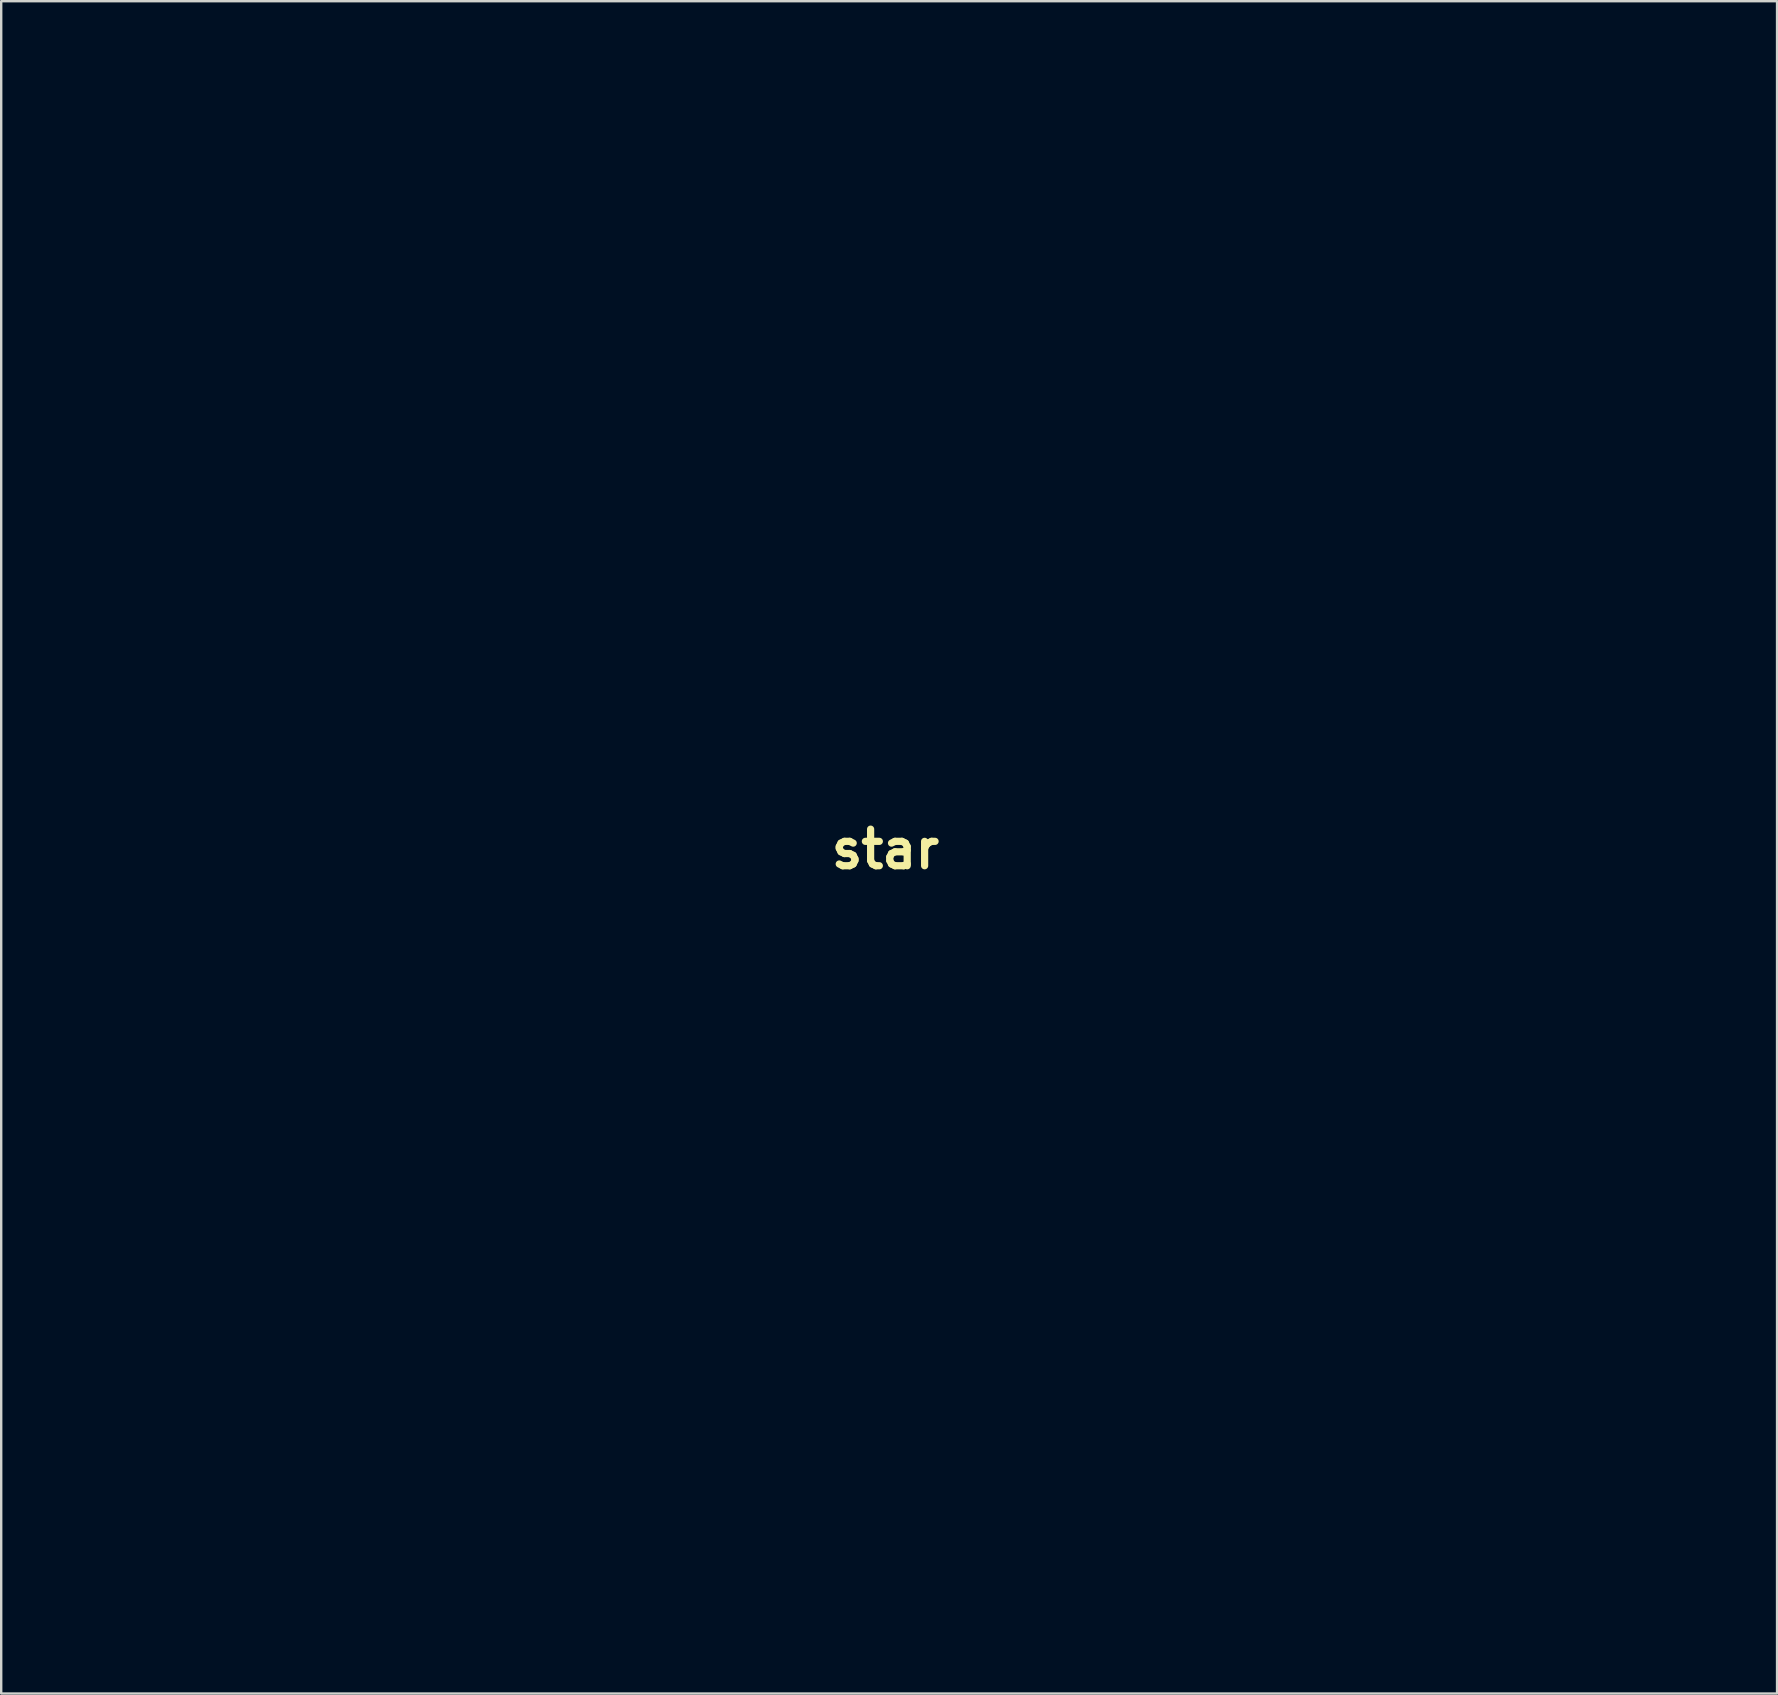
<source format=kicad_pcb>
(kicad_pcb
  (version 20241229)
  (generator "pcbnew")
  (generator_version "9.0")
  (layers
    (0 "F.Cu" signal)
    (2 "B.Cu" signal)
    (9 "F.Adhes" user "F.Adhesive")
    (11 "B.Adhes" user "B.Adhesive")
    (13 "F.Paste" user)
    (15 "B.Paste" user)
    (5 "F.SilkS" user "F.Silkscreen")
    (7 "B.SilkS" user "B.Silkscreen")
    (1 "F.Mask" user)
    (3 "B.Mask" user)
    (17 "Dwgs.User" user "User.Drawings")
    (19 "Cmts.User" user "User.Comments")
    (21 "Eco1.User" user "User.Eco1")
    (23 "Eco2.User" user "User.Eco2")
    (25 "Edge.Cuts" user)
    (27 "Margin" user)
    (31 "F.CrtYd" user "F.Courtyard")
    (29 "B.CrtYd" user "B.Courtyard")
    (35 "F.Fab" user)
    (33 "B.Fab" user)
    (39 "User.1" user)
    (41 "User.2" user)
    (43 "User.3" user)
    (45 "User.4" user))
  (footprint "star"
    (layer "F.Cu")
    (at 33.834 32.325)
    (property "Reference" "star" (at 0 0 0) (layer "F.SilkS") (effects (font (size 1.524 1.524) (thickness 0.3))))
    (attr through_hole)
    (fp_poly (pts (xy 20.881 -32.318) (xy 20.859 -32.235) (xy 20.789 -32) (xy 20.673 -31.624) (xy 20.515 -31.115) (xy 20.317 -30.484) (xy 20.082 -29.739) (xy 19.814 -28.891) (xy 19.515 -27.949) (xy 19.189 -26.924) (xy 18.839 -25.823) (xy 18.467 -24.658) (xy 18.077 -23.438) (xy 17.672 -22.172) (xy 17.646 -22.091) (xy 17.233 -20.801) (xy 16.829 -19.542) (xy 16.44 -18.325) (xy 16.067 -17.161) (xy 15.714 -16.061) (xy 15.386 -15.036) (xy 15.085 -14.096) (xy 14.815 -13.253) (xy 14.579 -12.518) (xy 14.382 -11.901) (xy 14.226 -11.413) (xy 14.115 -11.066) (xy 14.055 -10.88) (xy 13.888 -10.358) (xy 13.7 -9.769) (xy 13.517 -9.199) (xy 13.414 -8.878) (xy 13.296 -8.488) (xy 13.205 -8.151) (xy 13.151 -7.903) (xy 13.143 -7.779) (xy 13.144 -7.778) (xy 13.217 -7.716) (xy 13.42 -7.562) (xy 13.747 -7.321) (xy 14.189 -6.998) (xy 14.739 -6.599) (xy 15.389 -6.129) (xy 16.132 -5.594) (xy 16.96 -4.999) (xy 17.867 -4.349) (xy 18.843 -3.65) (xy 19.882 -2.907) (xy 20.975 -2.126) (xy 22.117 -1.313) (xy 23.298 -0.471) (xy 23.663 -0.212) (xy 34.138 7.239) (xy 28.52 7.337) (xy 27.35 7.357) (xy 26.066 7.38) (xy 24.706 7.404) (xy 23.309 7.429) (xy 21.912 7.453) (xy 20.553 7.477) (xy 19.272 7.5) (xy 18.105 7.521) (xy 17.653 7.529) (xy 16.647 7.546) (xy 15.631 7.562) (xy 14.627 7.577) (xy 13.66 7.59) (xy 12.751 7.602) (xy 11.924 7.611) (xy 11.204 7.617) (xy 10.612 7.621) (xy 10.276 7.621) (xy 8.149 7.62) (xy 8.058 7.853) (xy 8.008 7.998) (xy 7.914 8.279) (xy 7.787 8.669) (xy 7.634 9.143) (xy 7.464 9.674) (xy 7.363 9.991) (xy 7.168 10.605) (xy 6.967 11.236) (xy 6.773 11.841) (xy 6.601 12.379) (xy 6.462 12.81) (xy 6.43 12.912) (xy 6.188 13.659) (xy 5.92 14.495) (xy 5.626 15.408) (xy 5.313 16.387) (xy 4.982 17.42) (xy 4.638 18.495) (xy 4.285 19.601) (xy 3.925 20.727) (xy 3.564 21.861) (xy 3.204 22.99) (xy 2.85 24.104) (xy 2.504 25.191) (xy 2.171 26.24) (xy 1.854 27.238) (xy 1.557 28.175) (xy 1.284 29.038) (xy 1.038 29.817) (xy 0.823 30.499) (xy 0.643 31.073) (xy 0.501 31.527) (xy 0.402 31.85) (xy 0.348 32.03) (xy 0.339 32.064) (xy 0.303 32.168) (xy 0.227 32.146) (xy 0.157 32.018) (xy 0.149 31.983) (xy 0.117 31.878) (xy 0.035 31.617) (xy -0.097 31.208) (xy -0.276 30.655) (xy -0.5 29.964) (xy -0.767 29.142) (xy -1.076 28.194) (xy -1.425 27.126) (xy -1.811 25.944) (xy -2.233 24.653) (xy -2.688 23.26) (xy -3.176 21.77) (xy -3.693 20.189) (xy -4.239 18.524) (xy -4.811 16.779) (xy -5.407 14.96) (xy -6.026 13.074) (xy -6.665 11.127) (xy -6.704 11.007) (xy -6.898 10.416) (xy -7.081 9.853) (xy -7.246 9.346) (xy -7.383 8.922) (xy -7.483 8.611) (xy -7.528 8.467) (xy -7.671 8.001) (xy -10.037 8.019) (xy -10.463 8.022) (xy -10.938 8.027) (xy -11.471 8.033) (xy -12.069 8.04) (xy -12.739 8.049) (xy -13.489 8.059) (xy -14.327 8.072) (xy -15.261 8.086) (xy -16.298 8.101) (xy -17.445 8.119) (xy -18.711 8.14) (xy -20.102 8.162) (xy -21.628 8.187) (xy -23.294 8.215) (xy -25.109 8.245) (xy -27.081 8.278) (xy -28.521 8.302) (xy -29.451 8.317) (xy -30.329 8.331) (xy -31.141 8.342) (xy -31.873 8.352) (xy -32.51 8.359) (xy -33.039 8.364) (xy -33.444 8.367) (xy -33.711 8.367) (xy -33.826 8.364) (xy -33.829 8.363) (xy -33.766 8.31) (xy -33.574 8.162) (xy -33.263 7.925) (xy -33.244 7.911) (xy -3.96 7.911) (xy -3.938 7.993) (xy -3.866 8.22) (xy -3.75 8.579) (xy -3.595 9.056) (xy -3.405 9.635) (xy -3.186 10.302) (xy -2.941 11.043) (xy -2.677 11.843) (xy -2.397 12.689) (xy -2.106 13.564) (xy -1.81 14.456) (xy -1.512 15.349) (xy -1.219 16.229) (xy -0.934 17.081) (xy -0.663 17.892) (xy -0.41 18.646) (xy -0.18 19.33) (xy 0.021 19.928) (xy 0.19 20.427) (xy 0.322 20.811) (xy 0.411 21.066) (xy 0.448 21.167) (xy 0.468 21.207) (xy 0.491 21.222) (xy 0.522 21.201) (xy 0.564 21.134) (xy 0.62 21.01) (xy 0.694 20.817) (xy 0.791 20.545) (xy 0.914 20.184) (xy 1.067 19.723) (xy 1.253 19.15) (xy 1.477 18.456) (xy 1.742 17.628) (xy 2.051 16.658) (xy 2.287 15.917) (xy 2.764 14.417) (xy 3.193 13.067) (xy 3.573 11.869) (xy 3.903 10.825) (xy 4.183 9.935) (xy 4.414 9.2) (xy 4.593 8.622) (xy 4.722 8.202) (xy 4.8 7.94) (xy 4.826 7.839) (xy 4.826 7.839) (xy 4.745 7.828) (xy 4.513 7.82) (xy 4.15 7.815) (xy 3.676 7.812) (xy 3.109 7.81) (xy 2.469 7.811) (xy 1.775 7.814) (xy 1.046 7.818) (xy 0.3 7.824) (xy -0.441 7.831) (xy -1.16 7.839) (xy -1.838 7.849) (xy -2.454 7.859) (xy -2.99 7.869) (xy -3.427 7.881) (xy -3.746 7.893) (xy -3.926 7.905) (xy -3.96 7.911) (xy -33.244 7.911) (xy -32.839 7.605) (xy -32.311 7.208) (xy -31.686 6.739) (xy -30.973 6.205) (xy -30.18 5.612) (xy -29.313 4.965) (xy -29.28 4.94) (xy -24.041 4.94) (xy -23.962 4.961) (xy -23.741 4.973) (xy -23.405 4.978) (xy -22.979 4.974) (xy -22.543 4.962) (xy -22.202 4.953) (xy -21.711 4.943) (xy -21.086 4.932) (xy -20.346 4.921) (xy -19.51 4.91) (xy -18.595 4.898) (xy -17.619 4.887) (xy -16.601 4.876) (xy -15.558 4.866) (xy -14.944 4.861) (xy -13.943 4.852) (xy -12.992 4.842) (xy -12.104 4.833) (xy -11.293 4.823) (xy -10.572 4.814) (xy -9.955 4.805) (xy -9.455 4.796) (xy -9.086 4.788) (xy -8.862 4.781) (xy -8.795 4.776) (xy -8.811 4.693) (xy -8.875 4.467) (xy -8.981 4.116) (xy -9.123 3.657) (xy -9.296 3.109) (xy -9.493 2.489) (xy -9.71 1.815) (xy -9.939 1.105) (xy -10.176 0.376) (xy -10.414 -0.354) (xy -10.648 -1.067) (xy -10.872 -1.745) (xy -11.081 -2.371) (xy -11.267 -2.927) (xy -11.427 -3.394) (xy -11.553 -3.756) (xy -11.64 -3.995) (xy -11.683 -4.092) (xy -11.683 -4.092) (xy -11.758 -4.053) (xy -11.957 -3.921) (xy -12.269 -3.705) (xy -12.681 -3.415) (xy -13.183 -3.058) (xy -13.762 -2.643) (xy -14.406 -2.179) (xy -15.104 -1.675) (xy -15.844 -1.138) (xy -16.615 -0.578) (xy -17.404 -0.003) (xy -18.2 0.579) (xy -18.99 1.158) (xy -19.764 1.726) (xy -20.51 2.275) (xy -21.215 2.796) (xy -21.869 3.28) (xy -22.458 3.719) (xy -22.972 4.104) (xy -23.399 4.427) (xy -23.727 4.679) (xy -23.944 4.851) (xy -24.038 4.935) (xy -24.041 4.94) (xy -29.28 4.94) (xy -28.382 4.27) (xy -27.394 3.534) (xy -26.356 2.761) (xy -25.278 1.959) (xy -24.918 1.691) (xy -23.793 0.855) (xy -22.684 0.03) (xy -21.6 -0.775) (xy -20.552 -1.554) (xy -19.55 -2.299) (xy -18.603 -3.003) (xy -17.722 -3.658) (xy -16.917 -4.256) (xy -16.197 -4.792) (xy -15.573 -5.256) (xy -15.054 -5.642) (xy -14.651 -5.942) (xy -14.372 -6.148) (xy -14.361 -6.157) (xy -13.999 -6.429) (xy -8.67 -6.429) (xy -8.658 -6.337) (xy -8.595 -6.095) (xy -8.484 -5.714) (xy -8.328 -5.204) (xy -8.132 -4.575) (xy -7.897 -3.839) (xy -7.628 -3.004) (xy -7.327 -2.083) (xy -6.998 -1.085) (xy -6.903 -0.798) (xy -5.059 4.762) (xy 0.37 4.701) (xy 1.314 4.69) (xy 2.207 4.677) (xy 3.035 4.664) (xy 3.785 4.651) (xy 4.44 4.637) (xy 4.989 4.624) (xy 5.415 4.611) (xy 5.704 4.599) (xy 5.843 4.588) (xy 5.853 4.585) (xy 5.878 4.524) (xy 9.144 4.524) (xy 9.226 4.533) (xy 9.462 4.541) (xy 9.837 4.546) (xy 10.334 4.549) (xy 10.939 4.55) (xy 11.637 4.549) (xy 12.411 4.546) (xy 13.246 4.542) (xy 14.128 4.536) (xy 15.04 4.529) (xy 15.967 4.521) (xy 16.894 4.512) (xy 17.806 4.502) (xy 18.686 4.491) (xy 19.519 4.479) (xy 20.291 4.466) (xy 20.985 4.454) (xy 21.587 4.44) (xy 22.08 4.427) (xy 22.45 4.414) (xy 22.462 4.413) (xy 23.633 4.36) (xy 17.983 0.254) (xy 17.11 -0.38) (xy 16.273 -0.988) (xy 15.483 -1.561) (xy 14.75 -2.093) (xy 14.084 -2.575) (xy 13.497 -3) (xy 12.999 -3.36) (xy 12.6 -3.648) (xy 12.312 -3.855) (xy 12.145 -3.974) (xy 12.11 -3.998) (xy 11.887 -4.144) (xy 10.516 0.155) (xy 10.255 0.974) (xy 10.01 1.744) (xy 9.787 2.45) (xy 9.589 3.078) (xy 9.422 3.612) (xy 9.289 4.037) (xy 9.197 4.338) (xy 9.15 4.5) (xy 9.144 4.524) (xy 5.878 4.524) (xy 5.889 4.495) (xy 5.97 4.26) (xy 6.091 3.896) (xy 6.247 3.418) (xy 6.433 2.844) (xy 6.643 2.189) (xy 6.872 1.469) (xy 7.095 0.762) (xy 7.358 -0.07) (xy 7.623 -0.909) (xy 7.881 -1.729) (xy 8.126 -2.504) (xy 8.349 -3.208) (xy 8.541 -3.817) (xy 8.696 -4.305) (xy 8.764 -4.52) (xy 8.931 -5.049) (xy 9.051 -5.442) (xy 9.128 -5.72) (xy 9.167 -5.908) (xy 9.173 -6.029) (xy 9.15 -6.107) (xy 9.103 -6.165) (xy 9.088 -6.179) (xy 9 -6.248) (xy 8.788 -6.406) (xy 8.468 -6.642) (xy 8.052 -6.948) (xy 7.556 -7.312) (xy 6.992 -7.725) (xy 6.375 -8.176) (xy 5.719 -8.655) (xy 5.038 -9.151) (xy 4.346 -9.656) (xy 3.656 -10.157) (xy 2.984 -10.646) (xy 2.342 -11.112) (xy 1.745 -11.544) (xy 1.207 -11.933) (xy 0.742 -12.269) (xy 0.443 -12.483) (xy 0.2 -12.653) (xy 0.046 -12.735) (xy -0.064 -12.742) (xy -0.179 -12.687) (xy -0.222 -12.659) (xy -0.328 -12.584) (xy -0.554 -12.42) (xy -0.885 -12.179) (xy -1.306 -11.87) (xy -1.804 -11.505) (xy -2.363 -11.094) (xy -2.969 -10.648) (xy -3.608 -10.177) (xy -4.266 -9.693) (xy -4.927 -9.205) (xy -5.578 -8.725) (xy -6.204 -8.263) (xy -6.79 -7.829) (xy -7.322 -7.435) (xy -7.786 -7.091) (xy -8.167 -6.808) (xy -8.451 -6.596) (xy -8.624 -6.466) (xy -8.67 -6.429) (xy -13.999 -6.429) (xy -13.807 -6.573) (xy -13.383 -6.903) (xy -13.078 -7.154) (xy -12.882 -7.336) (xy -12.784 -7.457) (xy -12.77 -7.512) (xy -12.807 -7.648) (xy -12.886 -7.907) (xy -12.995 -8.252) (xy -13.121 -8.636) (xy -13.225 -8.948) (xy -13.355 -9.342) (xy -13.513 -9.823) (xy -13.702 -10.395) (xy -13.921 -11.064) (xy -14.174 -11.834) (xy -14.462 -12.712) (xy -14.787 -13.701) (xy -15.15 -14.807) (xy -15.552 -16.035) (xy -15.996 -17.391) (xy -16.483 -18.878) (xy -17.015 -20.503) (xy -17.594 -22.27) (xy -17.865 -23.098) (xy -14.268 -23.098) (xy -14.247 -23.015) (xy -14.177 -22.782) (xy -14.061 -22.414) (xy -13.904 -21.921) (xy -13.708 -21.316) (xy -13.479 -20.611) (xy -13.22 -19.818) (xy -12.936 -18.95) (xy -12.629 -18.018) (xy -12.304 -17.035) (xy -12.185 -16.676) (xy -11.774 -15.437) (xy -11.414 -14.351) (xy -11.1 -13.405) (xy -10.829 -12.591) (xy -10.598 -11.9) (xy -10.404 -11.32) (xy -10.243 -10.844) (xy -10.112 -10.46) (xy -10.009 -10.16) (xy -9.928 -9.934) (xy -9.869 -9.771) (xy -9.825 -9.663) (xy -9.796 -9.6) (xy -9.777 -9.572) (xy -9.769 -9.567) (xy -9.696 -9.616) (xy -9.506 -9.753) (xy -9.216 -9.966) (xy -8.843 -10.241) (xy -8.406 -10.566) (xy -7.922 -10.927) (xy -7.897 -10.946) (xy -7.288 -11.401) (xy -6.611 -11.906) (xy -5.914 -12.427) (xy -5.241 -12.928) (xy -4.638 -13.377) (xy -4.413 -13.544) (xy -2.772 -14.764) (xy -3.016 -14.961) (xy -3.088 -15.017) (xy 2.968 -15.017) (xy 2.998 -14.948) (xy 3.095 -14.863) (xy 3.226 -14.769) (xy 3.47 -14.593) (xy 3.815 -14.347) (xy 4.242 -14.041) (xy 4.739 -13.686) (xy 5.287 -13.294) (xy 5.874 -12.875) (xy 6.482 -12.441) (xy 7.096 -12.002) (xy 7.701 -11.57) (xy 8.281 -11.156) (xy 8.822 -10.77) (xy 9.307 -10.424) (xy 9.72 -10.13) (xy 10.047 -9.897) (xy 10.272 -9.737) (xy 10.379 -9.661) (xy 10.386 -9.656) (xy 10.418 -9.724) (xy 10.478 -9.897) (xy 10.488 -9.927) (xy 10.526 -10.049) (xy 10.612 -10.319) (xy 10.74 -10.726) (xy 10.908 -11.257) (xy 11.112 -11.9) (xy 11.346 -12.641) (xy 11.608 -13.469) (xy 11.894 -14.371) (xy 12.198 -15.334) (xy 12.519 -16.346) (xy 12.701 -16.921) (xy 13.025 -17.948) (xy 13.333 -18.928) (xy 13.622 -19.849) (xy 13.888 -20.699) (xy 14.126 -21.466) (xy 14.334 -22.139) (xy 14.507 -22.705) (xy 14.642 -23.153) (xy 14.736 -23.471) (xy 14.784 -23.646) (xy 14.789 -23.678) (xy 14.719 -23.633) (xy 14.525 -23.496) (xy 14.219 -23.276) (xy 13.812 -22.983) (xy 13.317 -22.624) (xy 12.745 -22.208) (xy 12.109 -21.745) (xy 11.421 -21.243) (xy 10.692 -20.711) (xy 9.935 -20.157) (xy 9.162 -19.591) (xy 8.384 -19.021) (xy 7.614 -18.456) (xy 6.863 -17.904) (xy 6.144 -17.376) (xy 5.469 -16.879) (xy 4.849 -16.421) (xy 4.297 -16.013) (xy 3.824 -15.663) (xy 3.443 -15.379) (xy 3.165 -15.17) (xy 3.003 -15.046) (xy 2.968 -15.017) (xy -3.088 -15.017) (xy -3.164 -15.076) (xy -3.429 -15.274) (xy -3.799 -15.547) (xy -4.261 -15.886) (xy -4.803 -16.282) (xy -5.413 -16.726) (xy -6.077 -17.21) (xy -6.784 -17.723) (xy -7.522 -18.259) (xy -8.278 -18.806) (xy -9.039 -19.357) (xy -9.794 -19.902) (xy -10.53 -20.433) (xy -11.234 -20.941) (xy -11.895 -21.416) (xy -12.499 -21.85) (xy -13.035 -22.233) (xy -13.49 -22.558) (xy -13.852 -22.814) (xy -14.108 -22.993) (xy -14.247 -23.087) (xy -14.268 -23.098) (xy -17.865 -23.098) (xy -18.221 -24.185) (xy -18.897 -26.252) (xy -19.39 -27.756) (xy -19.644 -28.534) (xy -19.88 -29.263) (xy -20.093 -29.925) (xy -20.278 -30.507) (xy -20.431 -30.991) (xy -20.546 -31.364) (xy -20.618 -31.608) (xy -20.643 -31.708) (xy -20.642 -31.71) (xy -20.571 -31.666) (xy -20.37 -31.529) (xy -20.047 -31.305) (xy -19.611 -31) (xy -19.069 -30.619) (xy -18.431 -30.169) (xy -17.703 -29.655) (xy -16.894 -29.082) (xy -16.013 -28.457) (xy -15.066 -27.786) (xy -14.064 -27.073) (xy -13.012 -26.325) (xy -11.921 -25.548) (xy -11.639 -25.347) (xy -10.508 -24.541) (xy -9.397 -23.749) (xy -8.314 -22.977) (xy -7.27 -22.234) (xy -6.275 -21.525) (xy -5.339 -20.858) (xy -4.471 -20.24) (xy -3.682 -19.678) (xy -2.981 -19.178) (xy -2.378 -18.749) (xy -1.883 -18.397) (xy -1.506 -18.129) (xy -1.257 -17.952) (xy -1.253 -17.949) (xy 0.161 -16.946) (xy 2.811 -18.912) (xy 4.238 -19.971) (xy 5.648 -21.017) (xy 7.034 -22.046) (xy 8.389 -23.052) (xy 9.707 -24.031) (xy 10.982 -24.978) (xy 12.207 -25.888) (xy 13.375 -26.756) (xy 14.479 -27.578) (xy 15.514 -28.348) (xy 16.473 -29.061) (xy 17.348 -29.712) (xy 18.134 -30.298) (xy 18.824 -30.812) (xy 19.411 -31.25) (xy 19.889 -31.608) (xy 20.251 -31.879) (xy 20.491 -32.06) (xy 20.602 -32.145) (xy 20.606 -32.148) (xy 20.77 -32.271) (xy 20.872 -32.32) (xy 20.881 -32.318)) (stroke (width 0.01) (type solid)) (fill no) (layer "Eco2.User")))
  (gr_rect
    (start -3 -3)
    (end 70.977 67.498)
    (stroke (width 0.1) (type default))
    (fill no)
    (layer "Edge.Cuts")))
</source>
